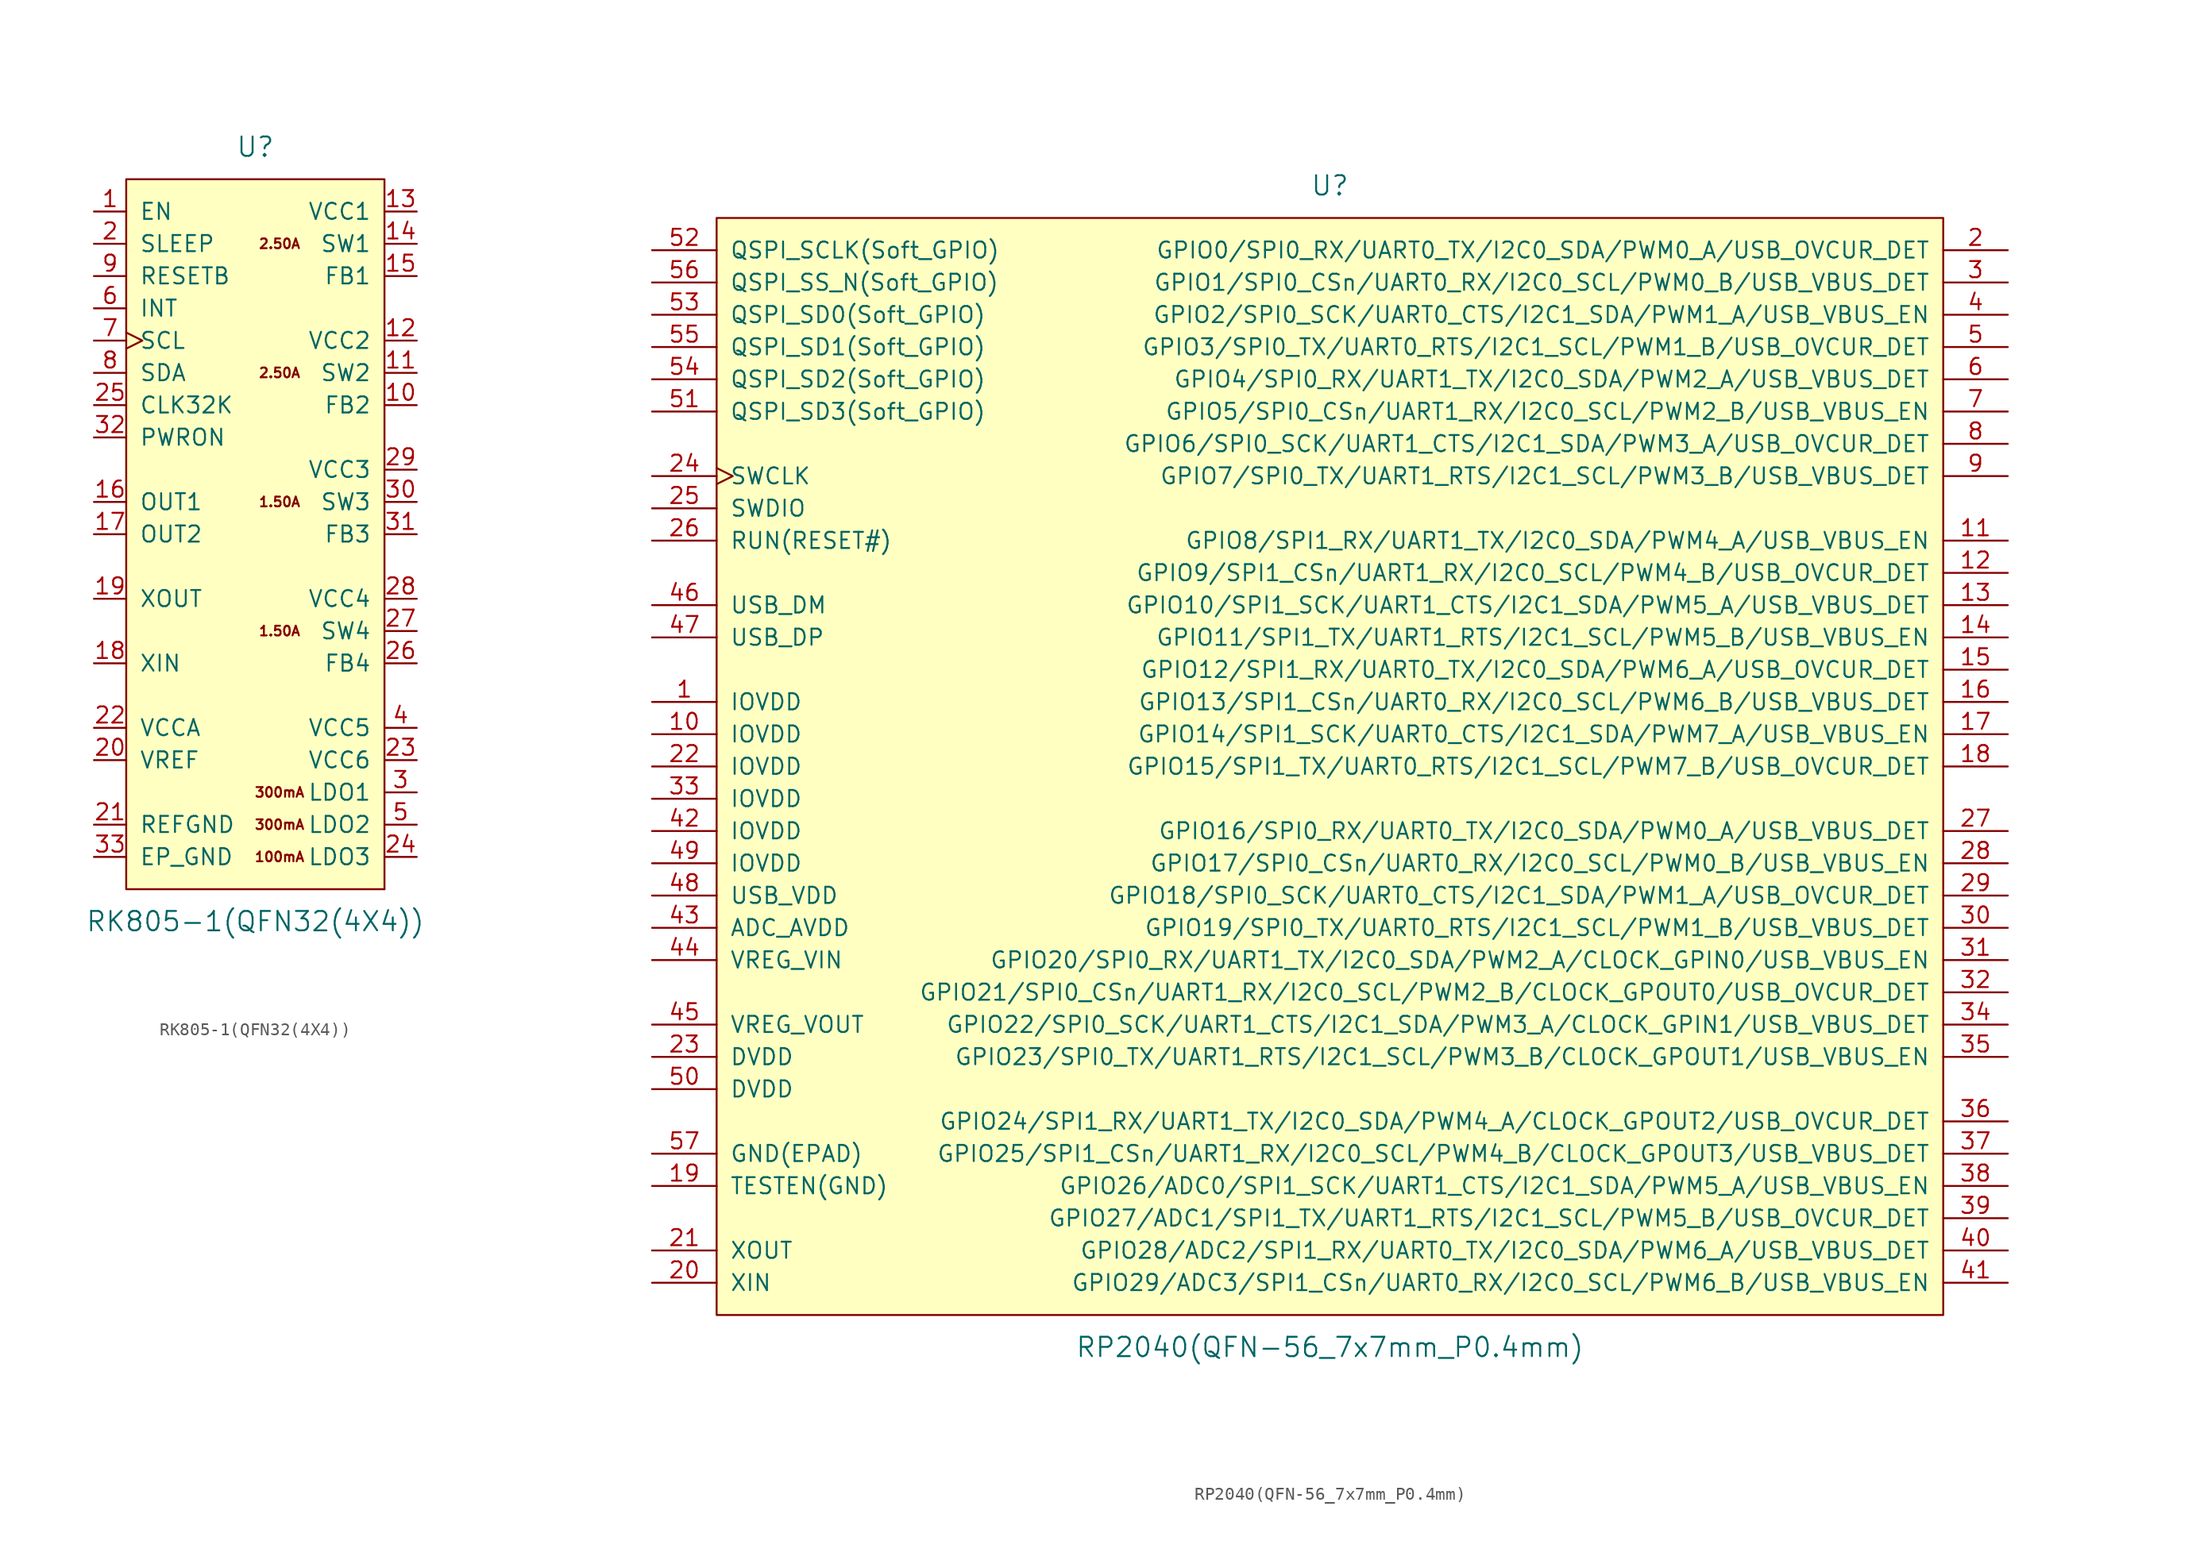
<source format=kicad_sym>
(kicad_symbol_lib
  (version 20220914)
  (generator kicad_symbol_editor)
  (symbol "RK805-1(QFN32(4X4))"
    (pin_names
      (offset 1.016))
    (property "Reference" "U"
      (at 0 30.48 0)
      (effects (font (size 1.524 1.524))))
    (property "Value" "RK805-1(QFN32(4X4))"
      (at 0 -30.48 0)
      (effects (font (size 1.524 1.524))))
    (symbol "RK805-1(QFN32(4X4))_0_0"
      (text "1.50A" (at 1.905 -7.62 0) (effects (font (size 0.762 0.762))))
      (text "1.50A" (at 1.905 2.54 0) (effects (font (size 0.762 0.762))))
      (text "100mA" (at 1.905 -25.4 0) (effects (font (size 0.762 0.762))))
      (text "2.50A" (at 1.905 12.7 0) (effects (font (size 0.762 0.762))))
      (text "2.50A" (at 1.905 22.86 0) (effects (font (size 0.762 0.762))))
      (text "300mA" (at 1.905 -22.86 0) (effects (font (size 0.762 0.762))))
      (text "300mA" (at 1.905 -20.32 0) (effects (font (size 0.762 0.762)))))
    (symbol "RK805-1(QFN32(4X4))_0_1"
      (rectangle (start -10.16 27.94) (end 10.16 -27.94) (stroke (width 0) (type solid)) (fill (type background)))
      (rectangle (start 10.16 -27.94) (end 10.16 -27.94) (stroke (width 0) (type solid)) (fill (type none))))
    (symbol "RK805-1(QFN32(4X4))_1_1"
      (pin input line (at -12.7 25.4 0) (length 2.54) (name "EN" (effects (font (size 1.27 1.27)))) (number "1" (effects (font (size 1.27 1.27)))))
      (pin input line (at 12.7 10.16 180) (length 2.54) (name "FB2" (effects (font (size 1.27 1.27)))) (number "10" (effects (font (size 1.27 1.27)))))
      (pin output line (at 12.7 12.7 180) (length 2.54) (name "SW2" (effects (font (size 1.27 1.27)))) (number "11" (effects (font (size 1.27 1.27)))))
      (pin power_in line (at 12.7 15.24 180) (length 2.54) (name "VCC2" (effects (font (size 1.27 1.27)))) (number "12" (effects (font (size 1.27 1.27)))))
      (pin power_in line (at 12.7 25.4 180) (length 2.54) (name "VCC1" (effects (font (size 1.27 1.27)))) (number "13" (effects (font (size 1.27 1.27)))))
      (pin output line (at 12.7 22.86 180) (length 2.54) (name "SW1" (effects (font (size 1.27 1.27)))) (number "14" (effects (font (size 1.27 1.27)))))
      (pin input line (at 12.7 20.32 180) (length 2.54) (name "FB1" (effects (font (size 1.27 1.27)))) (number "15" (effects (font (size 1.27 1.27)))))
      (pin output line (at -12.7 2.54 0) (length 2.54) (name "OUT1" (effects (font (size 1.27 1.27)))) (number "16" (effects (font (size 1.27 1.27)))))
      (pin output line (at -12.7 0 0) (length 2.54) (name "OUT2" (effects (font (size 1.27 1.27)))) (number "17" (effects (font (size 1.27 1.27)))))
      (pin input line (at -12.7 -10.16 0) (length 2.54) (name "XIN" (effects (font (size 1.27 1.27)))) (number "18" (effects (font (size 1.27 1.27)))))
      (pin output line (at -12.7 -5.08 0) (length 2.54) (name "XOUT" (effects (font (size 1.27 1.27)))) (number "19" (effects (font (size 1.27 1.27)))))
      (pin input line (at -12.7 22.86 0) (length 2.54) (name "SLEEP" (effects (font (size 1.27 1.27)))) (number "2" (effects (font (size 1.27 1.27)))))
      (pin input line (at -12.7 -17.78 0) (length 2.54) (name "VREF" (effects (font (size 1.27 1.27)))) (number "20" (effects (font (size 1.27 1.27)))))
      (pin power_in line (at -12.7 -22.86 0) (length 2.54) (name "REFGND" (effects (font (size 1.27 1.27)))) (number "21" (effects (font (size 1.27 1.27)))))
      (pin power_in line (at -12.7 -15.24 0) (length 2.54) (name "VCCA" (effects (font (size 1.27 1.27)))) (number "22" (effects (font (size 1.27 1.27)))))
      (pin power_in line (at 12.7 -17.78 180) (length 2.54) (name "VCC6" (effects (font (size 1.27 1.27)))) (number "23" (effects (font (size 1.27 1.27)))))
      (pin output line (at 12.7 -25.4 180) (length 2.54) (name "LDO3" (effects (font (size 1.27 1.27)))) (number "24" (effects (font (size 1.27 1.27)))))
      (pin open_collector line (at -12.7 10.16 0) (length 2.54) (name "CLK32K" (effects (font (size 1.27 1.27)))) (number "25" (effects (font (size 1.27 1.27)))))
      (pin input line (at 12.7 -10.16 180) (length 2.54) (name "FB4" (effects (font (size 1.27 1.27)))) (number "26" (effects (font (size 1.27 1.27)))))
      (pin output line (at 12.7 -7.62 180) (length 2.54) (name "SW4" (effects (font (size 1.27 1.27)))) (number "27" (effects (font (size 1.27 1.27)))))
      (pin power_in line (at 12.7 -5.08 180) (length 2.54) (name "VCC4" (effects (font (size 1.27 1.27)))) (number "28" (effects (font (size 1.27 1.27)))))
      (pin power_in line (at 12.7 5.08 180) (length 2.54) (name "VCC3" (effects (font (size 1.27 1.27)))) (number "29" (effects (font (size 1.27 1.27)))))
      (pin output line (at 12.7 -20.32 180) (length 2.54) (name "LDO1" (effects (font (size 1.27 1.27)))) (number "3" (effects (font (size 1.27 1.27)))))
      (pin output line (at 12.7 2.54 180) (length 2.54) (name "SW3" (effects (font (size 1.27 1.27)))) (number "30" (effects (font (size 1.27 1.27)))))
      (pin input line (at 12.7 0 180) (length 2.54) (name "FB3" (effects (font (size 1.27 1.27)))) (number "31" (effects (font (size 1.27 1.27)))))
      (pin input line (at -12.7 7.62 0) (length 2.54) (name "PWRON" (effects (font (size 1.27 1.27)))) (number "32" (effects (font (size 1.27 1.27)))))
      (pin power_in line (at -12.7 -25.4 0) (length 2.54) (name "EP_GND" (effects (font (size 1.27 1.27)))) (number "33" (effects (font (size 1.27 1.27)))))
      (pin power_in line (at 12.7 -15.24 180) (length 2.54) (name "VCC5" (effects (font (size 1.27 1.27)))) (number "4" (effects (font (size 1.27 1.27)))))
      (pin output line (at 12.7 -22.86 180) (length 2.54) (name "LDO2" (effects (font (size 1.27 1.27)))) (number "5" (effects (font (size 1.27 1.27)))))
      (pin open_collector line (at -12.7 17.78 0) (length 2.54) (name "INT" (effects (font (size 1.27 1.27)))) (number "6" (effects (font (size 1.27 1.27)))))
      (pin input clock (at -12.7 15.24 0) (length 2.54) (name "SCL" (effects (font (size 1.27 1.27)))) (number "7" (effects (font (size 1.27 1.27)))))
      (pin bidirectional line (at -12.7 12.7 0) (length 2.54) (name "SDA" (effects (font (size 1.27 1.27)))) (number "8" (effects (font (size 1.27 1.27)))))
      (pin open_collector line (at -12.7 20.32 0) (length 2.54) (name "RESETB" (effects (font (size 1.27 1.27)))) (number "9" (effects (font (size 1.27 1.27)))))))
  (symbol "RP2040(QFN-56_7x7mm_P0.4mm)"
    (pin_names
      (offset 1.016))
    (property "Reference" "U"
      (at 0 45.72 0)
      (effects (font (size 1.524 1.524))))
    (property "Value" "RP2040(QFN-56_7x7mm_P0.4mm)"
      (at 0 -45.72 0)
      (effects (font (size 1.524 1.524))))
    (symbol "RP2040(QFN-56_7x7mm_P0.4mm)_0_1"
      (rectangle (start -48.26 43.18) (end 48.26 -43.18) (stroke (width 0) (type solid)) (fill (type background))))
    (symbol "RP2040(QFN-56_7x7mm_P0.4mm)_1_1"
      (pin power_in line (at -53.34 5.08 0) (length 5.08) (name "IOVDD" (effects (font (size 1.27 1.27)))) (number "1" (effects (font (size 1.27 1.27)))))
      (pin power_in line (at -53.34 2.54 0) (length 5.08) (name "IOVDD" (effects (font (size 1.27 1.27)))) (number "10" (effects (font (size 1.27 1.27)))))
      (pin bidirectional line (at 53.34 17.78 180) (length 5.08) (name "GPIO8/SPI1_RX/UART1_TX/I2C0_SDA/PWM4_A/USB_VBUS_EN" (effects (font (size 1.27 1.27)))) (number "11" (effects (font (size 1.27 1.27)))))
      (pin bidirectional line (at 53.34 15.24 180) (length 5.08) (name "GPIO9/SPI1_CSn/UART1_RX/I2C0_SCL/PWM4_B/USB_OVCUR_DET" (effects (font (size 1.27 1.27)))) (number "12" (effects (font (size 1.27 1.27)))))
      (pin bidirectional line (at 53.34 12.7 180) (length 5.08) (name "GPIO10/SPI1_SCK/UART1_CTS/I2C1_SDA/PWM5_A/USB_VBUS_DET" (effects (font (size 1.27 1.27)))) (number "13" (effects (font (size 1.27 1.27)))))
      (pin bidirectional line (at 53.34 10.16 180) (length 5.08) (name "GPIO11/SPI1_TX/UART1_RTS/I2C1_SCL/PWM5_B/USB_VBUS_EN" (effects (font (size 1.27 1.27)))) (number "14" (effects (font (size 1.27 1.27)))))
      (pin bidirectional line (at 53.34 7.62 180) (length 5.08) (name "GPIO12/SPI1_RX/UART0_TX/I2C0_SDA/PWM6_A/USB_OVCUR_DET" (effects (font (size 1.27 1.27)))) (number "15" (effects (font (size 1.27 1.27)))))
      (pin bidirectional line (at 53.34 5.08 180) (length 5.08) (name "GPIO13/SPI1_CSn/UART0_RX/I2C0_SCL/PWM6_B/USB_VBUS_DET" (effects (font (size 1.27 1.27)))) (number "16" (effects (font (size 1.27 1.27)))))
      (pin bidirectional line (at 53.34 2.54 180) (length 5.08) (name "GPIO14/SPI1_SCK/UART0_CTS/I2C1_SDA/PWM7_A/USB_VBUS_EN" (effects (font (size 1.27 1.27)))) (number "17" (effects (font (size 1.27 1.27)))))
      (pin bidirectional line (at 53.34 0 180) (length 5.08) (name "GPIO15/SPI1_TX/UART0_RTS/I2C1_SCL/PWM7_B/USB_OVCUR_DET" (effects (font (size 1.27 1.27)))) (number "18" (effects (font (size 1.27 1.27)))))
      (pin input line (at -53.34 -33.02 0) (length 5.08) (name "TESTEN(GND)" (effects (font (size 1.27 1.27)))) (number "19" (effects (font (size 1.27 1.27)))))
      (pin bidirectional line (at 53.34 40.64 180) (length 5.08) (name "GPIO0/SPI0_RX/UART0_TX/I2C0_SDA/PWM0_A/USB_OVCUR_DET" (effects (font (size 1.27 1.27)))) (number "2" (effects (font (size 1.27 1.27)))))
      (pin input line (at -53.34 -40.64 0) (length 5.08) (name "XIN" (effects (font (size 1.27 1.27)))) (number "20" (effects (font (size 1.27 1.27)))))
      (pin output line (at -53.34 -38.1 0) (length 5.08) (name "XOUT" (effects (font (size 1.27 1.27)))) (number "21" (effects (font (size 1.27 1.27)))))
      (pin power_in line (at -53.34 0 0) (length 5.08) (name "IOVDD" (effects (font (size 1.27 1.27)))) (number "22" (effects (font (size 1.27 1.27)))))
      (pin power_in line (at -53.34 -22.86 0) (length 5.08) (name "DVDD" (effects (font (size 1.27 1.27)))) (number "23" (effects (font (size 1.27 1.27)))))
      (pin input clock (at -53.34 22.86 0) (length 5.08) (name "SWCLK" (effects (font (size 1.27 1.27)))) (number "24" (effects (font (size 1.27 1.27)))))
      (pin bidirectional line (at -53.34 20.32 0) (length 5.08) (name "SWDIO" (effects (font (size 1.27 1.27)))) (number "25" (effects (font (size 1.27 1.27)))))
      (pin input line (at -53.34 17.78 0) (length 5.08) (name "RUN(RESET#)" (effects (font (size 1.27 1.27)))) (number "26" (effects (font (size 1.27 1.27)))))
      (pin bidirectional line (at 53.34 -5.08 180) (length 5.08) (name "GPIO16/SPI0_RX/UART0_TX/I2C0_SDA/PWM0_A/USB_VBUS_DET" (effects (font (size 1.27 1.27)))) (number "27" (effects (font (size 1.27 1.27)))))
      (pin bidirectional line (at 53.34 -7.62 180) (length 5.08) (name "GPIO17/SPI0_CSn/UART0_RX/I2C0_SCL/PWM0_B/USB_VBUS_EN" (effects (font (size 1.27 1.27)))) (number "28" (effects (font (size 1.27 1.27)))))
      (pin bidirectional line (at 53.34 -10.16 180) (length 5.08) (name "GPIO18/SPI0_SCK/UART0_CTS/I2C1_SDA/PWM1_A/USB_OVCUR_DET" (effects (font (size 1.27 1.27)))) (number "29" (effects (font (size 1.27 1.27)))))
      (pin bidirectional line (at 53.34 38.1 180) (length 5.08) (name "GPIO1/SPI0_CSn/UART0_RX/I2C0_SCL/PWM0_B/USB_VBUS_DET" (effects (font (size 1.27 1.27)))) (number "3" (effects (font (size 1.27 1.27)))))
      (pin bidirectional line (at 53.34 -12.7 180) (length 5.08) (name "GPIO19/SPI0_TX/UART0_RTS/I2C1_SCL/PWM1_B/USB_VBUS_DET" (effects (font (size 1.27 1.27)))) (number "30" (effects (font (size 1.27 1.27)))))
      (pin bidirectional line (at 53.34 -15.24 180) (length 5.08) (name "GPIO20/SPI0_RX/UART1_TX/I2C0_SDA/PWM2_A/CLOCK_GPIN0/USB_VBUS_EN" (effects (font (size 1.27 1.27)))) (number "31" (effects (font (size 1.27 1.27)))))
      (pin bidirectional line (at 53.34 -17.78 180) (length 5.08) (name "GPIO21/SPI0_CSn/UART1_RX/I2C0_SCL/PWM2_B/CLOCK_GPOUT0/USB_OVCUR_DET" (effects (font (size 1.27 1.27)))) (number "32" (effects (font (size 1.27 1.27)))))
      (pin power_in line (at -53.34 -2.54 0) (length 5.08) (name "IOVDD" (effects (font (size 1.27 1.27)))) (number "33" (effects (font (size 1.27 1.27)))))
      (pin bidirectional line (at 53.34 -20.32 180) (length 5.08) (name "GPIO22/SPI0_SCK/UART1_CTS/I2C1_SDA/PWM3_A/CLOCK_GPIN1/USB_VBUS_DET" (effects (font (size 1.27 1.27)))) (number "34" (effects (font (size 1.27 1.27)))))
      (pin bidirectional line (at 53.34 -22.86 180) (length 5.08) (name "GPIO23/SPI0_TX/UART1_RTS/I2C1_SCL/PWM3_B/CLOCK_GPOUT1/USB_VBUS_EN" (effects (font (size 1.27 1.27)))) (number "35" (effects (font (size 1.27 1.27)))))
      (pin bidirectional line (at 53.34 -27.94 180) (length 5.08) (name "GPIO24/SPI1_RX/UART1_TX/I2C0_SDA/PWM4_A/CLOCK_GPOUT2/USB_OVCUR_DET" (effects (font (size 1.27 1.27)))) (number "36" (effects (font (size 1.27 1.27)))))
      (pin bidirectional line (at 53.34 -30.48 180) (length 5.08) (name "GPIO25/SPI1_CSn/UART1_RX/I2C0_SCL/PWM4_B/CLOCK_GPOUT3/USB_VBUS_DET" (effects (font (size 1.27 1.27)))) (number "37" (effects (font (size 1.27 1.27)))))
      (pin bidirectional line (at 53.34 -33.02 180) (length 5.08) (name "GPIO26/ADC0/SPI1_SCK/UART1_CTS/I2C1_SDA/PWM5_A/USB_VBUS_EN" (effects (font (size 1.27 1.27)))) (number "38" (effects (font (size 1.27 1.27)))))
      (pin bidirectional line (at 53.34 -35.56 180) (length 5.08) (name "GPIO27/ADC1/SPI1_TX/UART1_RTS/I2C1_SCL/PWM5_B/USB_OVCUR_DET" (effects (font (size 1.27 1.27)))) (number "39" (effects (font (size 1.27 1.27)))))
      (pin bidirectional line (at 53.34 35.56 180) (length 5.08) (name "GPIO2/SPI0_SCK/UART0_CTS/I2C1_SDA/PWM1_A/USB_VBUS_EN" (effects (font (size 1.27 1.27)))) (number "4" (effects (font (size 1.27 1.27)))))
      (pin bidirectional line (at 53.34 -38.1 180) (length 5.08) (name "GPIO28/ADC2/SPI1_RX/UART0_TX/I2C0_SDA/PWM6_A/USB_VBUS_DET" (effects (font (size 1.27 1.27)))) (number "40" (effects (font (size 1.27 1.27)))))
      (pin bidirectional line (at 53.34 -40.64 180) (length 5.08) (name "GPIO29/ADC3/SPI1_CSn/UART0_RX/I2C0_SCL/PWM6_B/USB_VBUS_EN" (effects (font (size 1.27 1.27)))) (number "41" (effects (font (size 1.27 1.27)))))
      (pin power_in line (at -53.34 -5.08 0) (length 5.08) (name "IOVDD" (effects (font (size 1.27 1.27)))) (number "42" (effects (font (size 1.27 1.27)))))
      (pin power_in line (at -53.34 -12.7 0) (length 5.08) (name "ADC_AVDD" (effects (font (size 1.27 1.27)))) (number "43" (effects (font (size 1.27 1.27)))))
      (pin power_in line (at -53.34 -15.24 0) (length 5.08) (name "VREG_VIN" (effects (font (size 1.27 1.27)))) (number "44" (effects (font (size 1.27 1.27)))))
      (pin power_out line (at -53.34 -20.32 0) (length 5.08) (name "VREG_VOUT" (effects (font (size 1.27 1.27)))) (number "45" (effects (font (size 1.27 1.27)))))
      (pin bidirectional line (at -53.34 12.7 0) (length 5.08) (name "USB_DM" (effects (font (size 1.27 1.27)))) (number "46" (effects (font (size 1.27 1.27)))))
      (pin bidirectional line (at -53.34 10.16 0) (length 5.08) (name "USB_DP" (effects (font (size 1.27 1.27)))) (number "47" (effects (font (size 1.27 1.27)))))
      (pin power_in line (at -53.34 -10.16 0) (length 5.08) (name "USB_VDD" (effects (font (size 1.27 1.27)))) (number "48" (effects (font (size 1.27 1.27)))))
      (pin power_in line (at -53.34 -7.62 0) (length 5.08) (name "IOVDD" (effects (font (size 1.27 1.27)))) (number "49" (effects (font (size 1.27 1.27)))))
      (pin bidirectional line (at 53.34 33.02 180) (length 5.08) (name "GPIO3/SPI0_TX/UART0_RTS/I2C1_SCL/PWM1_B/USB_OVCUR_DET" (effects (font (size 1.27 1.27)))) (number "5" (effects (font (size 1.27 1.27)))))
      (pin power_in line (at -53.34 -25.4 0) (length 5.08) (name "DVDD" (effects (font (size 1.27 1.27)))) (number "50" (effects (font (size 1.27 1.27)))))
      (pin bidirectional line (at -53.34 27.94 0) (length 5.08) (name "QSPI_SD3(Soft_GPIO)" (effects (font (size 1.27 1.27)))) (number "51" (effects (font (size 1.27 1.27)))))
      (pin bidirectional line (at -53.34 40.64 0) (length 5.08) (name "QSPI_SCLK(Soft_GPIO)" (effects (font (size 1.27 1.27)))) (number "52" (effects (font (size 1.27 1.27)))))
      (pin bidirectional line (at -53.34 35.56 0) (length 5.08) (name "QSPI_SD0(Soft_GPIO)" (effects (font (size 1.27 1.27)))) (number "53" (effects (font (size 1.27 1.27)))))
      (pin bidirectional line (at -53.34 30.48 0) (length 5.08) (name "QSPI_SD2(Soft_GPIO)" (effects (font (size 1.27 1.27)))) (number "54" (effects (font (size 1.27 1.27)))))
      (pin bidirectional line (at -53.34 33.02 0) (length 5.08) (name "QSPI_SD1(Soft_GPIO)" (effects (font (size 1.27 1.27)))) (number "55" (effects (font (size 1.27 1.27)))))
      (pin bidirectional line (at -53.34 38.1 0) (length 5.08) (name "QSPI_SS_N(Soft_GPIO)" (effects (font (size 1.27 1.27)))) (number "56" (effects (font (size 1.27 1.27)))))
      (pin power_in line (at -53.34 -30.48 0) (length 5.08) (name "GND(EPAD)" (effects (font (size 1.27 1.27)))) (number "57" (effects (font (size 1.27 1.27)))))
      (pin bidirectional line (at 53.34 30.48 180) (length 5.08) (name "GPIO4/SPI0_RX/UART1_TX/I2C0_SDA/PWM2_A/USB_VBUS_DET" (effects (font (size 1.27 1.27)))) (number "6" (effects (font (size 1.27 1.27)))))
      (pin bidirectional line (at 53.34 27.94 180) (length 5.08) (name "GPIO5/SPI0_CSn/UART1_RX/I2C0_SCL/PWM2_B/USB_VBUS_EN" (effects (font (size 1.27 1.27)))) (number "7" (effects (font (size 1.27 1.27)))))
      (pin bidirectional line (at 53.34 25.4 180) (length 5.08) (name "GPIO6/SPI0_SCK/UART1_CTS/I2C1_SDA/PWM3_A/USB_OVCUR_DET" (effects (font (size 1.27 1.27)))) (number "8" (effects (font (size 1.27 1.27)))))
      (pin bidirectional line (at 53.34 22.86 180) (length 5.08) (name "GPIO7/SPI0_TX/UART1_RTS/I2C1_SCL/PWM3_B/USB_VBUS_DET" (effects (font (size 1.27 1.27)))) (number "9" (effects (font (size 1.27 1.27))))))))
</source>
